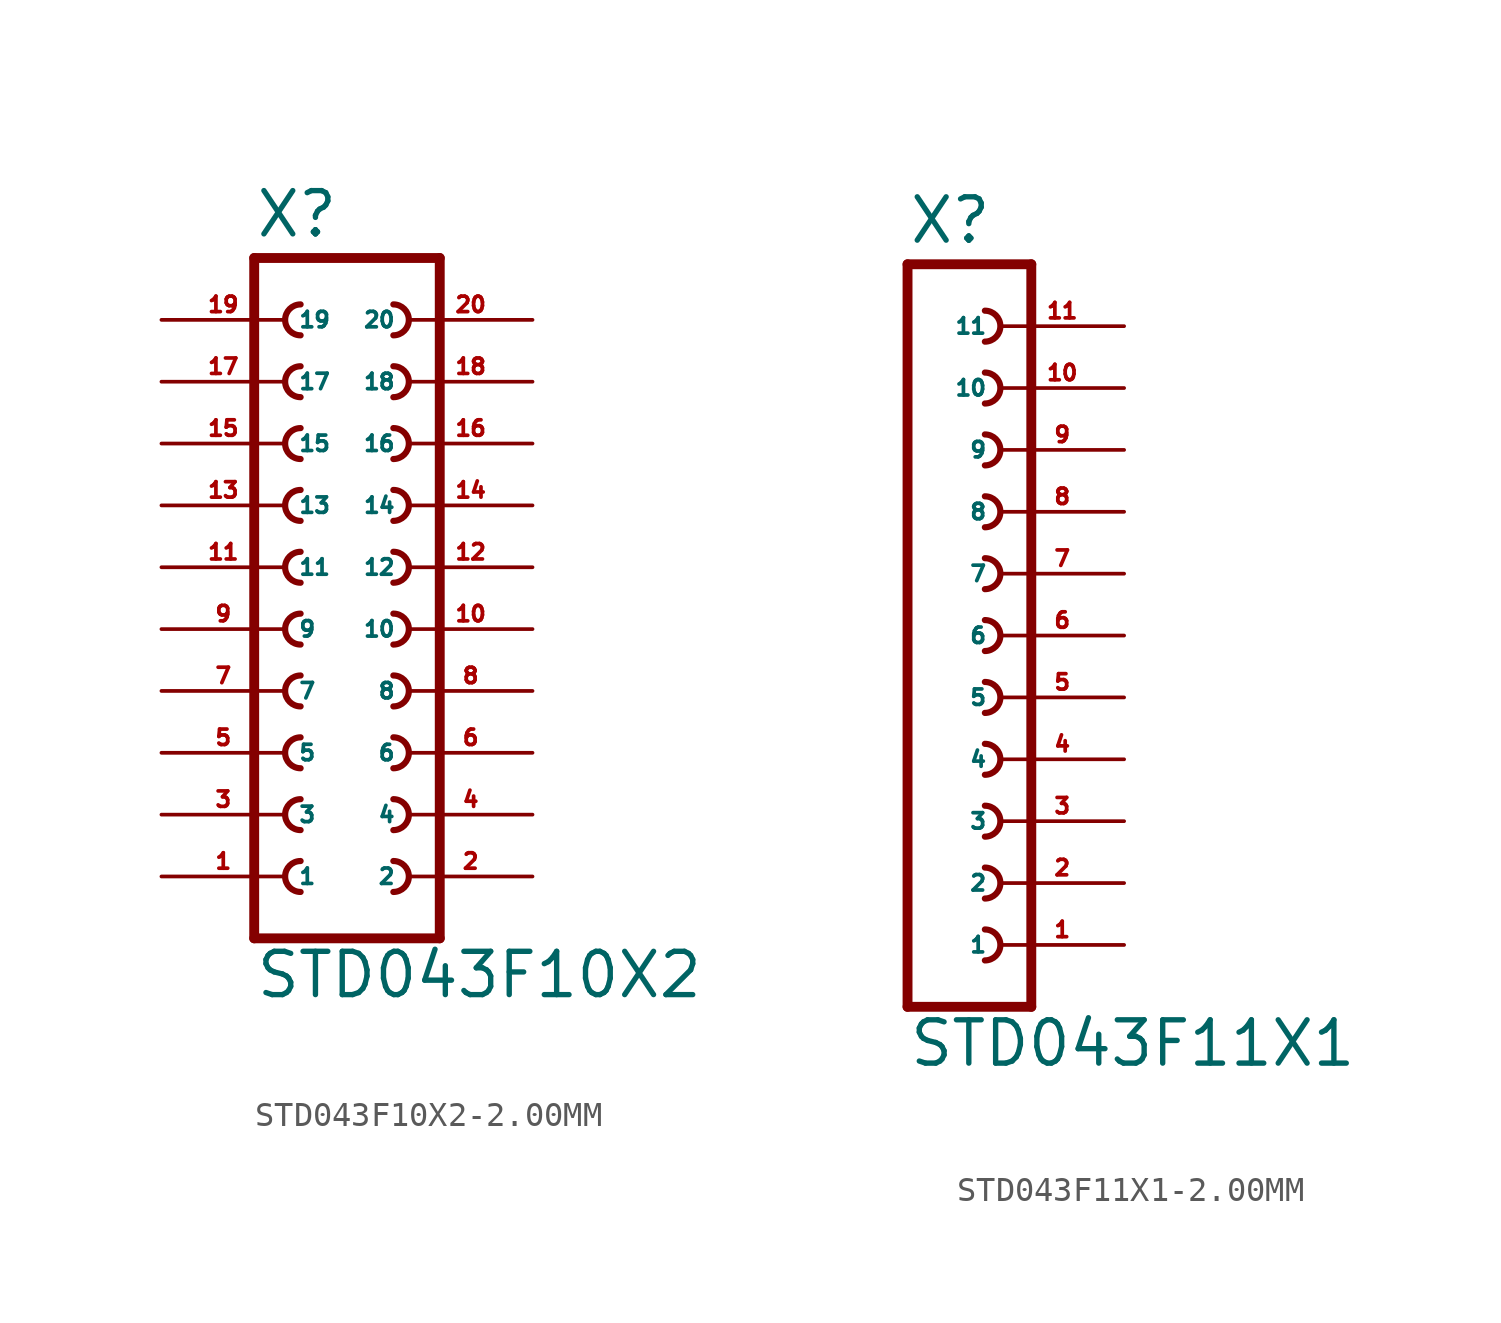
<source format=kicad_sym>
(kicad_symbol_lib
  (version 20220914)
  (generator Eagle2Kicad)
  (symbol "STD043F10X2-2.00MM"
    (property "Reference" "X"
      (at -3.81 16.002 0)
      (effects (font (size 1.778 1.778) (thickness 0.22)) (justify left bottom)))
    (property "Value" "STD043F10X2"
      (at -3.81 -15.24 0)
      (effects (font (size 1.778 1.778) (thickness 0.22)) (justify left bottom)))
    (polyline
      (pts (xy 3.81 -12.7) (xy -3.81 -12.7))
      (stroke (width 0.406) (type default))
      (fill (type none)))
    (arc
      (start -1.905 -4.445)
      (mid -2.540 -5.080)
      (end -1.905 -5.715)
      (stroke (width 0.254) (type default))
      (fill (type none)))
    (arc
      (start -1.905 -6.985)
      (mid -2.540 -7.620)
      (end -1.905 -8.255)
      (stroke (width 0.254) (type default))
      (fill (type none)))
    (arc
      (start -1.905 -9.525)
      (mid -2.540 -10.160)
      (end -1.905 -10.795)
      (stroke (width 0.254) (type default))
      (fill (type none)))
    (arc
      (start 1.905 -5.715)
      (mid 2.540 -5.080)
      (end 1.905 -4.445)
      (stroke (width 0.254) (type default))
      (fill (type none)))
    (arc
      (start 1.905 -8.255)
      (mid 2.540 -7.620)
      (end 1.905 -6.985)
      (stroke (width 0.254) (type default))
      (fill (type none)))
    (arc
      (start 1.905 -10.795)
      (mid 2.540 -10.160)
      (end 1.905 -9.525)
      (stroke (width 0.254) (type default))
      (fill (type none)))
    (arc
      (start -1.905 0.635)
      (mid -2.540 0.000)
      (end -1.905 -0.635)
      (stroke (width 0.254) (type default))
      (fill (type none)))
    (arc
      (start -1.905 -1.905)
      (mid -2.540 -2.540)
      (end -1.905 -3.175)
      (stroke (width 0.254) (type default))
      (fill (type none)))
    (arc
      (start 1.905 -0.635)
      (mid 2.540 0.000)
      (end 1.905 0.635)
      (stroke (width 0.254) (type default))
      (fill (type none)))
    (arc
      (start 1.905 -3.175)
      (mid 2.540 -2.540)
      (end 1.905 -1.905)
      (stroke (width 0.254) (type default))
      (fill (type none)))
    (arc
      (start -1.905 8.255)
      (mid -2.540 7.620)
      (end -1.905 6.985)
      (stroke (width 0.254) (type default))
      (fill (type none)))
    (arc
      (start -1.905 5.715)
      (mid -2.540 5.080)
      (end -1.905 4.445)
      (stroke (width 0.254) (type default))
      (fill (type none)))
    (arc
      (start -1.905 3.175)
      (mid -2.540 2.540)
      (end -1.905 1.905)
      (stroke (width 0.254) (type default))
      (fill (type none)))
    (arc
      (start 1.905 6.985)
      (mid 2.540 7.620)
      (end 1.905 8.255)
      (stroke (width 0.254) (type default))
      (fill (type none)))
    (arc
      (start 1.905 4.445)
      (mid 2.540 5.080)
      (end 1.905 5.715)
      (stroke (width 0.254) (type default))
      (fill (type none)))
    (arc
      (start 1.905 1.905)
      (mid 2.540 2.540)
      (end 1.905 3.175)
      (stroke (width 0.254) (type default))
      (fill (type none)))
    (polyline
      (pts (xy -3.81 15.24) (xy -3.81 -12.7))
      (stroke (width 0.406) (type default))
      (fill (type none)))
    (polyline
      (pts (xy 3.81 -12.7) (xy 3.81 15.24))
      (stroke (width 0.406) (type default))
      (fill (type none)))
    (polyline
      (pts (xy -3.81 15.24) (xy 3.81 15.24))
      (stroke (width 0.406) (type default))
      (fill (type none)))
    (arc
      (start -1.905 13.335)
      (mid -2.540 12.700)
      (end -1.905 12.065)
      (stroke (width 0.254) (type default))
      (fill (type none)))
    (arc
      (start -1.905 10.795)
      (mid -2.540 10.160)
      (end -1.905 9.525)
      (stroke (width 0.254) (type default))
      (fill (type none)))
    (arc
      (start 1.905 12.065)
      (mid 2.540 12.700)
      (end 1.905 13.335)
      (stroke (width 0.254) (type default))
      (fill (type none)))
    (arc
      (start 1.905 9.525)
      (mid 2.540 10.160)
      (end 1.905 10.795)
      (stroke (width 0.254) (type default))
      (fill (type none)))
    (pin passive line
      (at -7.62 -10.16 0)
      (length 5.08)
      (name "1" (effects (font (size 0.635 0.635) (thickness 0.08)) (justify left bottom)))
      (number "1" (effects (font (size 0.635 0.635) (thickness 0.08)) (justify left bottom))))
    (pin passive line
      (at -7.62 -7.62 0)
      (length 5.08)
      (name "3" (effects (font (size 0.635 0.635) (thickness 0.08)) (justify left bottom)))
      (number "3" (effects (font (size 0.635 0.635) (thickness 0.08)) (justify left bottom))))
    (pin passive line
      (at -7.62 -5.08 0)
      (length 5.08)
      (name "5" (effects (font (size 0.635 0.635) (thickness 0.08)) (justify left bottom)))
      (number "5" (effects (font (size 0.635 0.635) (thickness 0.08)) (justify left bottom))))
    (pin passive line
      (at 7.62 -10.16 180)
      (length 5.08)
      (name "2" (effects (font (size 0.635 0.635) (thickness 0.08)) (justify left bottom)))
      (number "2" (effects (font (size 0.635 0.635) (thickness 0.08)) (justify left bottom))))
    (pin passive line
      (at 7.62 -7.62 180)
      (length 5.08)
      (name "4" (effects (font (size 0.635 0.635) (thickness 0.08)) (justify left bottom)))
      (number "4" (effects (font (size 0.635 0.635) (thickness 0.08)) (justify left bottom))))
    (pin passive line
      (at 7.62 -5.08 180)
      (length 5.08)
      (name "6" (effects (font (size 0.635 0.635) (thickness 0.08)) (justify left bottom)))
      (number "6" (effects (font (size 0.635 0.635) (thickness 0.08)) (justify left bottom))))
    (pin passive line
      (at -7.62 -2.54 0)
      (length 5.08)
      (name "7" (effects (font (size 0.635 0.635) (thickness 0.08)) (justify left bottom)))
      (number "7" (effects (font (size 0.635 0.635) (thickness 0.08)) (justify left bottom))))
    (pin passive line
      (at -7.62 0 0)
      (length 5.08)
      (name "9" (effects (font (size 0.635 0.635) (thickness 0.08)) (justify left bottom)))
      (number "9" (effects (font (size 0.635 0.635) (thickness 0.08)) (justify left bottom))))
    (pin passive line
      (at 7.62 -2.54 180)
      (length 5.08)
      (name "8" (effects (font (size 0.635 0.635) (thickness 0.08)) (justify left bottom)))
      (number "8" (effects (font (size 0.635 0.635) (thickness 0.08)) (justify left bottom))))
    (pin passive line
      (at 7.62 0 180)
      (length 5.08)
      (name "10" (effects (font (size 0.635 0.635) (thickness 0.08)) (justify left bottom)))
      (number "10" (effects (font (size 0.635 0.635) (thickness 0.08)) (justify left bottom))))
    (pin passive line
      (at -7.62 2.54 0)
      (length 5.08)
      (name "11" (effects (font (size 0.635 0.635) (thickness 0.08)) (justify left bottom)))
      (number "11" (effects (font (size 0.635 0.635) (thickness 0.08)) (justify left bottom))))
    (pin passive line
      (at -7.62 5.08 0)
      (length 5.08)
      (name "13" (effects (font (size 0.635 0.635) (thickness 0.08)) (justify left bottom)))
      (number "13" (effects (font (size 0.635 0.635) (thickness 0.08)) (justify left bottom))))
    (pin passive line
      (at -7.62 7.62 0)
      (length 5.08)
      (name "15" (effects (font (size 0.635 0.635) (thickness 0.08)) (justify left bottom)))
      (number "15" (effects (font (size 0.635 0.635) (thickness 0.08)) (justify left bottom))))
    (pin passive line
      (at 7.62 2.54 180)
      (length 5.08)
      (name "12" (effects (font (size 0.635 0.635) (thickness 0.08)) (justify left bottom)))
      (number "12" (effects (font (size 0.635 0.635) (thickness 0.08)) (justify left bottom))))
    (pin passive line
      (at 7.62 5.08 180)
      (length 5.08)
      (name "14" (effects (font (size 0.635 0.635) (thickness 0.08)) (justify left bottom)))
      (number "14" (effects (font (size 0.635 0.635) (thickness 0.08)) (justify left bottom))))
    (pin passive line
      (at 7.62 7.62 180)
      (length 5.08)
      (name "16" (effects (font (size 0.635 0.635) (thickness 0.08)) (justify left bottom)))
      (number "16" (effects (font (size 0.635 0.635) (thickness 0.08)) (justify left bottom))))
    (pin passive line
      (at -7.62 10.16 0)
      (length 5.08)
      (name "17" (effects (font (size 0.635 0.635) (thickness 0.08)) (justify left bottom)))
      (number "17" (effects (font (size 0.635 0.635) (thickness 0.08)) (justify left bottom))))
    (pin passive line
      (at -7.62 12.7 0)
      (length 5.08)
      (name "19" (effects (font (size 0.635 0.635) (thickness 0.08)) (justify left bottom)))
      (number "19" (effects (font (size 0.635 0.635) (thickness 0.08)) (justify left bottom))))
    (pin passive line
      (at 7.62 10.16 180)
      (length 5.08)
      (name "18" (effects (font (size 0.635 0.635) (thickness 0.08)) (justify left bottom)))
      (number "18" (effects (font (size 0.635 0.635) (thickness 0.08)) (justify left bottom))))
    (pin passive line
      (at 7.62 12.7 180)
      (length 5.08)
      (name "20" (effects (font (size 0.635 0.635) (thickness 0.08)) (justify left bottom)))
      (number "20" (effects (font (size 0.635 0.635) (thickness 0.08)) (justify left bottom)))))
  (symbol "STD043F11X1-2.00MM"
    (property "Reference" "X"
      (at -1.27 16.002 0)
      (effects (font (size 1.778 1.778) (thickness 0.22)) (justify left bottom)))
    (property "Value" "STD043F11X1"
      (at -1.27 -17.78 0)
      (effects (font (size 1.778 1.778) (thickness 0.22)) (justify left bottom)))
    (polyline
      (pts (xy 3.81 -15.24) (xy -1.27 -15.24))
      (stroke (width 0.406) (type default))
      (fill (type none)))
    (arc
      (start 1.905 -10.795)
      (mid 2.540 -10.160)
      (end 1.905 -9.525)
      (stroke (width 0.254) (type default))
      (fill (type none)))
    (arc
      (start 1.905 -13.335)
      (mid 2.540 -12.700)
      (end 1.905 -12.065)
      (stroke (width 0.254) (type default))
      (fill (type none)))
    (arc
      (start 1.905 -5.715)
      (mid 2.540 -5.080)
      (end 1.905 -4.445)
      (stroke (width 0.254) (type default))
      (fill (type none)))
    (arc
      (start 1.905 -8.255)
      (mid 2.540 -7.620)
      (end 1.905 -6.985)
      (stroke (width 0.254) (type default))
      (fill (type none)))
    (arc
      (start 1.905 1.905)
      (mid 2.540 2.540)
      (end 1.905 3.175)
      (stroke (width 0.254) (type default))
      (fill (type none)))
    (arc
      (start 1.905 -0.635)
      (mid 2.540 0.000)
      (end 1.905 0.635)
      (stroke (width 0.254) (type default))
      (fill (type none)))
    (arc
      (start 1.905 -3.175)
      (mid 2.540 -2.540)
      (end 1.905 -1.905)
      (stroke (width 0.254) (type default))
      (fill (type none)))
    (arc
      (start 1.905 6.985)
      (mid 2.540 7.620)
      (end 1.905 8.255)
      (stroke (width 0.254) (type default))
      (fill (type none)))
    (arc
      (start 1.905 4.445)
      (mid 2.540 5.080)
      (end 1.905 5.715)
      (stroke (width 0.254) (type default))
      (fill (type none)))
    (arc
      (start 1.905 12.065)
      (mid 2.540 12.700)
      (end 1.905 13.335)
      (stroke (width 0.254) (type default))
      (fill (type none)))
    (arc
      (start 1.905 9.525)
      (mid 2.540 10.160)
      (end 1.905 10.795)
      (stroke (width 0.254) (type default))
      (fill (type none)))
    (polyline
      (pts (xy -1.27 15.24) (xy -1.27 -15.24))
      (stroke (width 0.406) (type default))
      (fill (type none)))
    (polyline
      (pts (xy 3.81 -15.24) (xy 3.81 15.24))
      (stroke (width 0.406) (type default))
      (fill (type none)))
    (polyline
      (pts (xy -1.27 15.24) (xy 3.81 15.24))
      (stroke (width 0.406) (type default))
      (fill (type none)))
    (pin passive line
      (at 7.62 -12.7 180)
      (length 5.08)
      (name "1" (effects (font (size 0.635 0.635) (thickness 0.08)) (justify left bottom)))
      (number "1" (effects (font (size 0.635 0.635) (thickness 0.08)) (justify left bottom))))
    (pin passive line
      (at 7.62 -10.16 180)
      (length 5.08)
      (name "2" (effects (font (size 0.635 0.635) (thickness 0.08)) (justify left bottom)))
      (number "2" (effects (font (size 0.635 0.635) (thickness 0.08)) (justify left bottom))))
    (pin passive line
      (at 7.62 -7.62 180)
      (length 5.08)
      (name "3" (effects (font (size 0.635 0.635) (thickness 0.08)) (justify left bottom)))
      (number "3" (effects (font (size 0.635 0.635) (thickness 0.08)) (justify left bottom))))
    (pin passive line
      (at 7.62 -5.08 180)
      (length 5.08)
      (name "4" (effects (font (size 0.635 0.635) (thickness 0.08)) (justify left bottom)))
      (number "4" (effects (font (size 0.635 0.635) (thickness 0.08)) (justify left bottom))))
    (pin passive line
      (at 7.62 -2.54 180)
      (length 5.08)
      (name "5" (effects (font (size 0.635 0.635) (thickness 0.08)) (justify left bottom)))
      (number "5" (effects (font (size 0.635 0.635) (thickness 0.08)) (justify left bottom))))
    (pin passive line
      (at 7.62 0 180)
      (length 5.08)
      (name "6" (effects (font (size 0.635 0.635) (thickness 0.08)) (justify left bottom)))
      (number "6" (effects (font (size 0.635 0.635) (thickness 0.08)) (justify left bottom))))
    (pin passive line
      (at 7.62 2.54 180)
      (length 5.08)
      (name "7" (effects (font (size 0.635 0.635) (thickness 0.08)) (justify left bottom)))
      (number "7" (effects (font (size 0.635 0.635) (thickness 0.08)) (justify left bottom))))
    (pin passive line
      (at 7.62 5.08 180)
      (length 5.08)
      (name "8" (effects (font (size 0.635 0.635) (thickness 0.08)) (justify left bottom)))
      (number "8" (effects (font (size 0.635 0.635) (thickness 0.08)) (justify left bottom))))
    (pin passive line
      (at 7.62 7.62 180)
      (length 5.08)
      (name "9" (effects (font (size 0.635 0.635) (thickness 0.08)) (justify left bottom)))
      (number "9" (effects (font (size 0.635 0.635) (thickness 0.08)) (justify left bottom))))
    (pin passive line
      (at 7.62 10.16 180)
      (length 5.08)
      (name "10" (effects (font (size 0.635 0.635) (thickness 0.08)) (justify left bottom)))
      (number "10" (effects (font (size 0.635 0.635) (thickness 0.08)) (justify left bottom))))
    (pin passive line
      (at 7.62 12.7 180)
      (length 5.08)
      (name "11" (effects (font (size 0.635 0.635) (thickness 0.08)) (justify left bottom)))
      (number "11" (effects (font (size 0.635 0.635) (thickness 0.08)) (justify left bottom))))))
</source>
